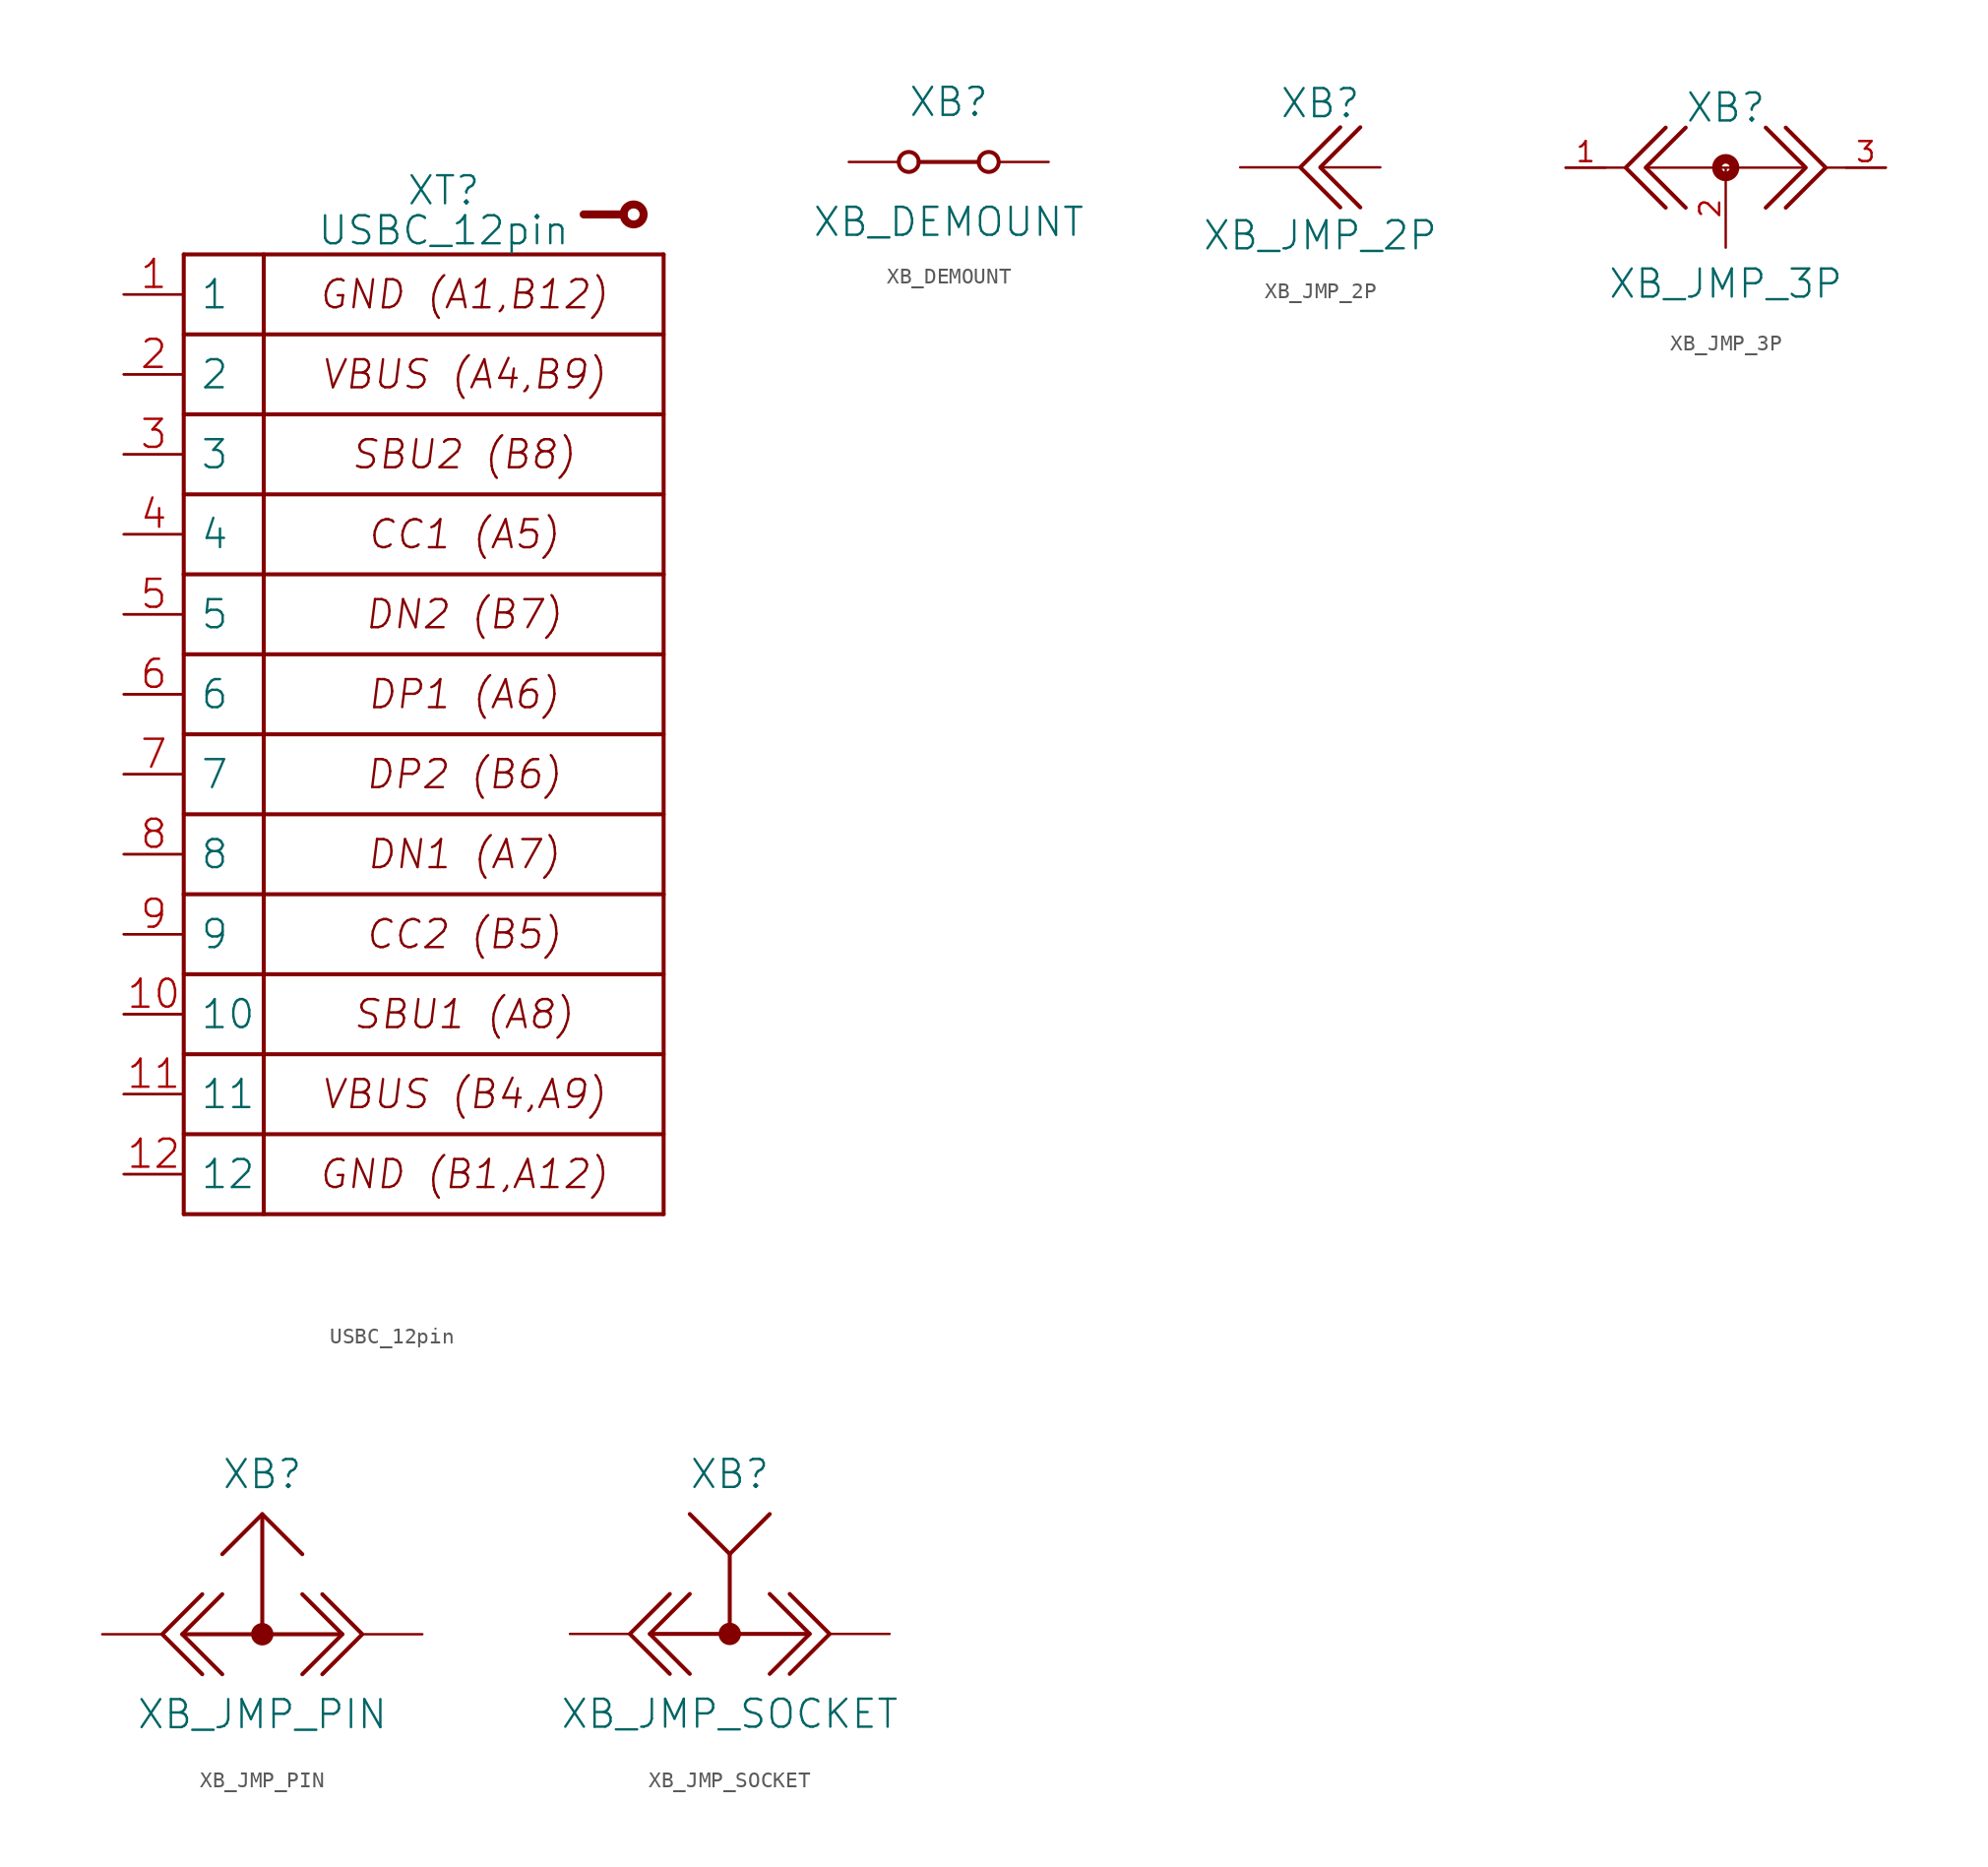
<source format=kicad_sym>
(kicad_symbol_lib
  (version 20211014)
  (generator kicad_symbol_editor)
  (symbol "USBC_12pin"
    (pin_names
      (offset 1.016))
    (property "Reference" "XT"
      (at 0 34.544 0)
      (effects (font (size 1.778 1.778))))
    (property "Value" "USBC_12pin"
      (at 0 32.004 0)
      (effects (font (size 1.778 1.778))))
    (symbol "USBC_12pin_0_0"
      (text "GND (A1,B12)" (at 1.27 27.94 0) (effects (font (size 1.778 1.778) italic))))
    (symbol "USBC_12pin_1_1"
      (polyline (pts (xy -20.32 -27.94) (xy -16.51 -27.94)) (stroke (width 0) (type default) (color 0 0 0 0)) (fill (type none)))
      (polyline (pts (xy -20.32 -22.86) (xy -16.51 -22.86)) (stroke (width 0) (type default) (color 0 0 0 0)) (fill (type none)))
      (polyline (pts (xy -20.32 -17.78) (xy -16.51 -17.78)) (stroke (width 0) (type default) (color 0 0 0 0)) (fill (type none)))
      (polyline (pts (xy -20.32 -12.7) (xy -16.51 -12.7)) (stroke (width 0) (type default) (color 0 0 0 0)) (fill (type none)))
      (polyline (pts (xy -20.32 -7.62) (xy -16.51 -7.62)) (stroke (width 0) (type default) (color 0 0 0 0)) (fill (type none)))
      (polyline (pts (xy -20.32 -2.54) (xy -16.51 -2.54)) (stroke (width 0) (type default) (color 0 0 0 0)) (fill (type none)))
      (polyline (pts (xy -20.32 2.54) (xy -16.51 2.54)) (stroke (width 0) (type default) (color 0 0 0 0)) (fill (type none)))
      (polyline (pts (xy -20.32 7.62) (xy -16.51 7.62)) (stroke (width 0) (type default) (color 0 0 0 0)) (fill (type none)))
      (polyline (pts (xy -20.32 12.7) (xy -16.51 12.7)) (stroke (width 0) (type default) (color 0 0 0 0)) (fill (type none)))
      (polyline (pts (xy -20.32 17.78) (xy -16.51 17.78)) (stroke (width 0) (type default) (color 0 0 0 0)) (fill (type none)))
      (polyline (pts (xy -20.32 22.86) (xy -16.51 22.86)) (stroke (width 0) (type default) (color 0 0 0 0)) (fill (type none)))
      (polyline (pts (xy -20.32 27.94) (xy -16.51 27.94)) (stroke (width 0) (type default) (color 0 0 0 0)) (fill (type none)))
      (polyline (pts (xy -16.51 -30.48) (xy 13.97 -30.48)) (stroke (width 0.254) (type default) (color 0 0 0 0)) (fill (type none)))
      (polyline (pts (xy -16.51 -25.4) (xy 13.97 -25.4)) (stroke (width 0.254) (type default) (color 0 0 0 0)) (fill (type none)))
      (polyline (pts (xy -16.51 -20.32) (xy 13.97 -20.32)) (stroke (width 0.254) (type default) (color 0 0 0 0)) (fill (type none)))
      (polyline (pts (xy -16.51 -15.24) (xy 13.97 -15.24)) (stroke (width 0.254) (type default) (color 0 0 0 0)) (fill (type none)))
      (polyline (pts (xy -16.51 -10.16) (xy -16.51 -30.48)) (stroke (width 0.254) (type default) (color 0 0 0 0)) (fill (type none)))
      (polyline (pts (xy -16.51 -10.16) (xy 13.97 -10.16)) (stroke (width 0.254) (type default) (color 0 0 0 0)) (fill (type none)))
      (polyline (pts (xy -16.51 -5.08) (xy 13.97 -5.08)) (stroke (width 0.254) (type default) (color 0 0 0 0)) (fill (type none)))
      (polyline (pts (xy -16.51 0) (xy 13.97 0)) (stroke (width 0.254) (type default) (color 0 0 0 0)) (fill (type none)))
      (polyline (pts (xy -16.51 5.08) (xy 13.97 5.08)) (stroke (width 0.254) (type default) (color 0 0 0 0)) (fill (type none)))
      (polyline (pts (xy -16.51 10.16) (xy -16.51 -10.16)) (stroke (width 0.254) (type default) (color 0 0 0 0)) (fill (type none)))
      (polyline (pts (xy -16.51 10.16) (xy 13.97 10.16)) (stroke (width 0.254) (type default) (color 0 0 0 0)) (fill (type none)))
      (polyline (pts (xy -16.51 15.24) (xy 13.97 15.24)) (stroke (width 0.254) (type default) (color 0 0 0 0)) (fill (type none)))
      (polyline (pts (xy -16.51 20.32) (xy 13.97 20.32)) (stroke (width 0.254) (type default) (color 0 0 0 0)) (fill (type none)))
      (polyline (pts (xy -16.51 25.4) (xy 13.97 25.4)) (stroke (width 0.254) (type default) (color 0 0 0 0)) (fill (type none)))
      (polyline (pts (xy -16.51 30.48) (xy -16.51 10.16)) (stroke (width 0.254) (type default) (color 0 0 0 0)) (fill (type none)))
      (polyline (pts (xy -16.51 30.48) (xy 13.97 30.48)) (stroke (width 0.254) (type default) (color 0 0 0 0)) (fill (type none)))
      (polyline (pts (xy -11.43 -10.16) (xy -11.43 -30.48)) (stroke (width 0.254) (type default) (color 0 0 0 0)) (fill (type none)))
      (polyline (pts (xy -11.43 10.16) (xy -11.43 -10.16)) (stroke (width 0.254) (type default) (color 0 0 0 0)) (fill (type none)))
      (polyline (pts (xy -11.43 30.48) (xy -11.43 10.16)) (stroke (width 0.254) (type default) (color 0 0 0 0)) (fill (type none)))
      (polyline (pts (xy 11.43 33.02) (xy 8.89 33.02)) (stroke (width 0.508) (type default) (color 0 0 0 0)) (fill (type none)))
      (polyline (pts (xy 13.97 -10.16) (xy 13.97 -30.48)) (stroke (width 0.254) (type default) (color 0 0 0 0)) (fill (type none)))
      (polyline (pts (xy 13.97 10.16) (xy 13.97 -10.16)) (stroke (width 0.254) (type default) (color 0 0 0 0)) (fill (type none)))
      (polyline (pts (xy 13.97 30.48) (xy 13.97 10.16)) (stroke (width 0.254) (type default) (color 0 0 0 0)) (fill (type none)))
      (circle (center 12.065 33.02) (radius 0.635) (stroke (width 0.508) (type default) (color 0 0 0 0)) (fill (type none)))
      (text "CC1 (A5)" (at 1.27 12.7 0) (effects (font (size 1.778 1.778) italic)))
      (text "CC2 (B5)" (at 1.27 -12.7 0) (effects (font (size 1.778 1.778) italic)))
      (text "DN1 (A7)" (at 1.27 -7.62 0) (effects (font (size 1.778 1.778) italic)))
      (text "DN2 (B7)" (at 1.27 7.62 0) (effects (font (size 1.778 1.778) italic)))
      (text "DP1 (A6)" (at 1.27 2.54 0) (effects (font (size 1.778 1.778) italic)))
      (text "DP2 (B6)" (at 1.27 -2.54 0) (effects (font (size 1.778 1.778) italic)))
      (text "GND (B1,A12)" (at 1.27 -27.94 0) (effects (font (size 1.778 1.778) italic)))
      (text "SBU1 (A8)" (at 1.27 -17.78 0) (effects (font (size 1.778 1.778) italic)))
      (text "SBU2 (B8)" (at 1.27 17.78 0) (effects (font (size 1.778 1.778) italic)))
      (text "VBUS (A4,B9)" (at 1.27 22.86 0) (effects (font (size 1.778 1.778) italic)))
      (text "VBUS (B4,A9)" (at 1.27 -22.86 0) (effects (font (size 1.778 1.778) italic)))
      (pin passive line (at -20.32 27.94 0) (length 3.81) (name "1" (effects (font (size 1.778 1.778)))) (number "1" (effects (font (size 1.778 1.778)))))
      (pin passive line (at -20.32 -17.78 0) (length 3.81) (name "10" (effects (font (size 1.778 1.778)))) (number "10" (effects (font (size 1.778 1.778)))))
      (pin passive line (at -20.32 -22.86 0) (length 3.81) (name "11" (effects (font (size 1.778 1.778)))) (number "11" (effects (font (size 1.778 1.778)))))
      (pin passive line (at -20.32 -27.94 0) (length 3.81) (name "12" (effects (font (size 1.778 1.778)))) (number "12" (effects (font (size 1.778 1.778)))))
      (pin passive line (at -20.32 22.86 0) (length 3.81) (name "2" (effects (font (size 1.778 1.778)))) (number "2" (effects (font (size 1.778 1.778)))))
      (pin passive line (at -20.32 17.78 0) (length 3.81) (name "3" (effects (font (size 1.778 1.778)))) (number "3" (effects (font (size 1.778 1.778)))))
      (pin passive line (at -20.32 12.7 0) (length 3.81) (name "4" (effects (font (size 1.778 1.778)))) (number "4" (effects (font (size 1.778 1.778)))))
      (pin passive line (at -20.32 7.62 0) (length 3.81) (name "5" (effects (font (size 1.778 1.778)))) (number "5" (effects (font (size 1.778 1.778)))))
      (pin passive line (at -20.32 2.54 0) (length 3.81) (name "6" (effects (font (size 1.778 1.778)))) (number "6" (effects (font (size 1.778 1.778)))))
      (pin passive line (at -20.32 -2.54 0) (length 3.81) (name "7" (effects (font (size 1.778 1.778)))) (number "7" (effects (font (size 1.778 1.778)))))
      (pin passive line (at -20.32 -7.62 0) (length 3.81) (name "8" (effects (font (size 1.778 1.778)))) (number "8" (effects (font (size 1.778 1.778)))))
      (pin passive line (at -20.32 -12.7 0) (length 3.81) (name "9" (effects (font (size 1.778 1.778)))) (number "9" (effects (font (size 1.778 1.778)))))))
  (symbol "XB_DEMOUNT"
    (pin_names
      (offset 0))
    (property "Reference" "XB"
      (at 0 3.81 0)
      (effects (font (size 1.778 1.778))))
    (property "Value" "XB_DEMOUNT"
      (at 0 -3.81 0)
      (effects (font (size 1.778 1.778))))
    (symbol "XB_DEMOUNT_0_1"
      (circle (center -2.54 0) (radius 0.635) (stroke (width 0.254) (type default) (color 0 0 0 0)) (fill (type none)))
      (polyline (pts (xy -6.35 0) (xy -3.175 0)) (stroke (width 0) (type default) (color 0 0 0 0)) (fill (type none)))
      (polyline (pts (xy -1.905 0) (xy 1.905 0)) (stroke (width 0.254) (type default) (color 0 0 0 0)) (fill (type none)))
      (polyline (pts (xy 3.175 0) (xy 6.35 0)) (stroke (width 0) (type default) (color 0 0 0 0)) (fill (type none)))
      (circle (center 2.54 0) (radius 0.635) (stroke (width 0.254) (type default) (color 0 0 0 0)) (fill (type none))))
    (symbol "XB_DEMOUNT_1_1"
      (pin passive line (at -6.35 0 0) (length 2.54) hide (name "~" (effects (font (size 1.27 1.27)))) (number "1" (effects (font (size 1.27 1.27)))))
      (pin passive line (at 6.35 0 180) (length 2.54) hide (name "~" (effects (font (size 1.27 1.27)))) (number "2" (effects (font (size 1.27 1.27)))))))
  (symbol "XB_JMP_2P"
    (pin_names
      (offset 0))
    (property "Reference" "XB"
      (at 0 4.064 0)
      (effects (font (size 1.778 1.778))))
    (property "Value" "XB_JMP_2P"
      (at 0 -4.318 0)
      (effects (font (size 1.778 1.778))))
    (symbol "XB_JMP_2P_0_0"
      (polyline (pts (xy -1.27 0) (xy -5.08 0)) (stroke (width 0) (type default) (color 0 0 0 0)) (fill (type none)))
      (polyline (pts (xy 1.27 2.54) (xy -1.27 0) (xy 1.27 -2.54)) (stroke (width 0.254) (type default) (color 0 0 0 0)) (fill (type none)))
      (polyline (pts (xy 2.54 2.54) (xy 0 0) (xy 2.54 -2.54)) (stroke (width 0.254) (type default) (color 0 0 0 0)) (fill (type none))))
    (symbol "XB_JMP_2P_0_1"
      (polyline (pts (xy 0 0) (xy 3.81 0)) (stroke (width 0) (type default) (color 0 0 0 0)) (fill (type none))))
    (symbol "XB_JMP_2P_1_1"
      (pin passive line (at -5.08 0 0) (length 2.54) hide (name "~" (effects (font (size 1.27 1.27)))) (number "1" (effects (font (size 1.27 1.27)))))
      (pin passive line (at 5.08 0 180) (length 2.54) hide (name "~" (effects (font (size 1.27 1.27)))) (number "2" (effects (font (size 1.27 1.27)))))))
  (symbol "XB_JMP_3P"
    (pin_names
      (offset 0))
    (property "Reference" "XB"
      (at 0 3.81 0)
      (effects (font (size 1.778 1.778))))
    (property "Value" "XB_JMP_3P"
      (at 0 -7.366 0)
      (effects (font (size 1.778 1.778))))
    (symbol "XB_JMP_3P_0_0"
      (polyline (pts (xy -6.35 0) (xy -10.16 0)) (stroke (width 0) (type default) (color 0 0 0 0)) (fill (type none)))
      (polyline (pts (xy 6.35 0) (xy 10.16 0)) (stroke (width 0) (type default) (color 0 0 0 0)) (fill (type none)))
      (polyline (pts (xy -3.81 2.54) (xy -6.35 0) (xy -3.81 -2.54)) (stroke (width 0.254) (type default) (color 0 0 0 0)) (fill (type none)))
      (polyline (pts (xy -2.54 2.54) (xy -5.08 0) (xy -2.54 -2.54)) (stroke (width 0.254) (type default) (color 0 0 0 0)) (fill (type none)))
      (polyline (pts (xy 2.54 -2.54) (xy 5.08 0) (xy 2.54 2.54)) (stroke (width 0.254) (type default) (color 0 0 0 0)) (fill (type none)))
      (polyline (pts (xy 3.81 -2.54) (xy 6.35 0) (xy 3.81 2.54)) (stroke (width 0.254) (type default) (color 0 0 0 0)) (fill (type none))))
    (symbol "XB_JMP_3P_0_1"
      (polyline (pts (xy -5.08 0) (xy 5.08 0)) (stroke (width 0) (type default) (color 0 0 0 0)) (fill (type none)))
      (circle (center 0 0) (radius 0.254) (stroke (width 0.61) (type default) (color 0 0 0 0)) (fill (type none))))
    (symbol "XB_JMP_3P_1_1"
      (pin passive line (at -10.16 0 0) (length 2.54) (name "~" (effects (font (size 1.27 1.27)))) (number "1" (effects (font (size 1.27 1.27)))))
      (pin passive line (at 0 -5.08 90) (length 5.004) (name "~" (effects (font (size 1.27 1.27)))) (number "2" (effects (font (size 1.27 1.27)))))
      (pin passive line (at 10.16 0 180) (length 2.54) (name "~" (effects (font (size 1.27 1.27)))) (number "3" (effects (font (size 1.27 1.27)))))))
  (symbol "XB_JMP_PIN"
    (pin_names
      (offset 0))
    (property "Reference" "XB"
      (at 0 10.16 0)
      (effects (font (size 1.778 1.778))))
    (property "Value" "XB_JMP_PIN"
      (at 0 -5.08 0)
      (effects (font (size 1.778 1.778))))
    (symbol "XB_JMP_PIN_0_0"
      (polyline (pts (xy -6.35 0) (xy -10.16 0)) (stroke (width 0) (type default) (color 0 0 0 0)) (fill (type none)))
      (polyline (pts (xy -3.81 2.54) (xy -6.35 0) (xy -3.81 -2.54)) (stroke (width 0.254) (type default) (color 0 0 0 0)) (fill (type none)))
      (polyline (pts (xy -2.54 2.54) (xy -5.08 0) (xy -2.54 -2.54)) (stroke (width 0.254) (type default) (color 0 0 0 0)) (fill (type none))))
    (symbol "XB_JMP_PIN_0_1"
      (polyline (pts (xy -5.08 0) (xy 5.08 0)) (stroke (width 0.254) (type default) (color 0 0 0 0)) (fill (type none)))
      (polyline (pts (xy 0 0) (xy 0 7.62)) (stroke (width 0.254) (type default) (color 0 0 0 0)) (fill (type none)))
      (polyline (pts (xy 6.35 0) (xy 10.16 0)) (stroke (width 0) (type default) (color 0 0 0 0)) (fill (type none)))
      (polyline (pts (xy -2.54 5.08) (xy 0 7.62) (xy 2.54 5.08)) (stroke (width 0.254) (type default) (color 0 0 0 0)) (fill (type none)))
      (polyline (pts (xy 2.54 2.54) (xy 5.08 0) (xy 2.54 -2.54)) (stroke (width 0.254) (type default) (color 0 0 0 0)) (fill (type none)))
      (polyline (pts (xy 3.81 2.54) (xy 6.35 0) (xy 3.81 -2.54)) (stroke (width 0.254) (type default) (color 0 0 0 0)) (fill (type none)))
      (circle (center 0 0) (radius 0.635) (stroke (width 0) (type default) (color 0 0 0 0)) (fill (type outline))))
    (symbol "XB_JMP_PIN_1_1"
      (pin passive line (at -10.16 0 0) (length 2.54) hide (name "~" (effects (font (size 1.27 1.27)))) (number "1" (effects (font (size 1.27 1.27)))))
      (pin passive line (at 10.16 0 180) (length 2.54) hide (name "~" (effects (font (size 1.27 1.27)))) (number "2" (effects (font (size 1.27 1.27)))))))
  (symbol "XB_JMP_SOCKET"
    (pin_names
      (offset 0))
    (property "Reference" "XB"
      (at 0 10.16 0)
      (effects (font (size 1.778 1.778))))
    (property "Value" "XB_JMP_SOCKET"
      (at 0 -5.08 0)
      (effects (font (size 1.778 1.778))))
    (symbol "XB_JMP_SOCKET_0_0"
      (polyline (pts (xy -6.35 0) (xy -10.16 0)) (stroke (width 0) (type default) (color 0 0 0 0)) (fill (type none)))
      (polyline (pts (xy -3.81 2.54) (xy -6.35 0) (xy -3.81 -2.54)) (stroke (width 0.254) (type default) (color 0 0 0 0)) (fill (type none)))
      (polyline (pts (xy -2.54 2.54) (xy -5.08 0) (xy -2.54 -2.54)) (stroke (width 0.254) (type default) (color 0 0 0 0)) (fill (type none))))
    (symbol "XB_JMP_SOCKET_0_1"
      (polyline (pts (xy -5.08 0) (xy 5.08 0)) (stroke (width 0.254) (type default) (color 0 0 0 0)) (fill (type none)))
      (polyline (pts (xy 0 0) (xy 0 5.08)) (stroke (width 0.254) (type default) (color 0 0 0 0)) (fill (type none)))
      (polyline (pts (xy 6.35 0) (xy 10.16 0)) (stroke (width 0) (type default) (color 0 0 0 0)) (fill (type none)))
      (polyline (pts (xy -2.54 7.62) (xy 0 5.08) (xy 2.54 7.62)) (stroke (width 0.254) (type default) (color 0 0 0 0)) (fill (type none)))
      (polyline (pts (xy 2.54 2.54) (xy 5.08 0) (xy 2.54 -2.54)) (stroke (width 0.254) (type default) (color 0 0 0 0)) (fill (type none)))
      (polyline (pts (xy 3.81 2.54) (xy 6.35 0) (xy 3.81 -2.54)) (stroke (width 0.254) (type default) (color 0 0 0 0)) (fill (type none)))
      (circle (center 0 0) (radius 0.635) (stroke (width 0) (type default) (color 0 0 0 0)) (fill (type outline))))
    (symbol "XB_JMP_SOCKET_1_1"
      (pin passive line (at -10.16 0 0) (length 2.54) hide (name "~" (effects (font (size 1.27 1.27)))) (number "1" (effects (font (size 1.27 1.27)))))
      (pin passive line (at 10.16 0 180) (length 2.54) hide (name "~" (effects (font (size 1.27 1.27)))) (number "2" (effects (font (size 1.27 1.27))))))))
</source>
